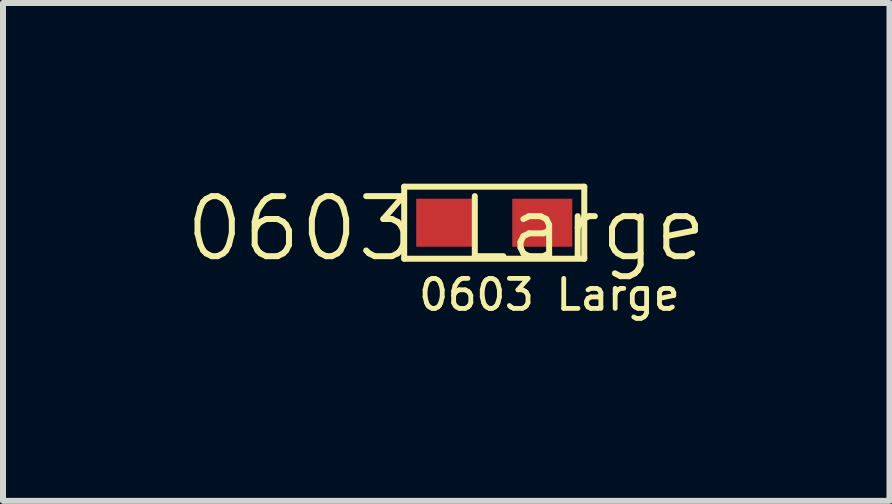
<source format=kicad_pcb>
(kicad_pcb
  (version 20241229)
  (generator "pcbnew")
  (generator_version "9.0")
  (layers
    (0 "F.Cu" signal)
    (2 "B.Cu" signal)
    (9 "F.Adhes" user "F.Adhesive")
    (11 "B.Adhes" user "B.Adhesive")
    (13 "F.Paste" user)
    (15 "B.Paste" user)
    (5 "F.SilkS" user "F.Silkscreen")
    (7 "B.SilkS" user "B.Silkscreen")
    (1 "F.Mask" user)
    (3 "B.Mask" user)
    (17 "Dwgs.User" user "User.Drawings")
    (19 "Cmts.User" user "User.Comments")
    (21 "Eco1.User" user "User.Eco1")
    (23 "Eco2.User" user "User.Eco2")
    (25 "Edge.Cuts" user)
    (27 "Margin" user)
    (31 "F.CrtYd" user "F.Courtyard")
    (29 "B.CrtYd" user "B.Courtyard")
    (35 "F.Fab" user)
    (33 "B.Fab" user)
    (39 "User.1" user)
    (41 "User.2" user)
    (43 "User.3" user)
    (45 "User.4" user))
  (footprint "0603 Large"
    (layer "F.Cu")
    (at 4.383 1.06)
    (property "Reference" "0603 Large" (at 0 -0.3 0) (unlocked yes) (layer "F.SilkS") (effects (font (size 1 1) (thickness 0.1))))
    (attr smd)
    (fp_line (start -0.7 -1) (end -0.7 0.2) (stroke (width 0.1) (type default)) (layer "F.SilkS"))
    (fp_line (start -0.7 0.2) (end 2.3 0.2) (stroke (width 0.1) (type default)) (layer "F.SilkS"))
    (fp_line (start 2.3 -1) (end -0.7 -1) (stroke (width 0.1) (type default)) (layer "F.SilkS"))
    (fp_line (start 2.3 0.2) (end 2.3 -1) (stroke (width 0.1) (type default)) (layer "F.SilkS"))
    (fp_text user "${REFERENCE}" (at -0.5 0.8 0) (unlocked yes) (layer "F.SilkS") (effects (font (size 0.5 0.5) (thickness 0.08)) (justify left)))
    (pad "1" smd rect (at 0 -0.4) (size 1 0.8) (layers "F.Cu" "F.Mask" "F.Paste"))
    (pad "2" smd rect (at 1.6 -0.4) (size 1 0.8) (layers "F.Cu" "F.Mask" "F.Paste")))
  (gr_rect
    (start -3 -3)
    (end 11.767 5.293)
    (stroke (width 0.1) (type default))
    (fill no)
    (layer "Edge.Cuts")))
</source>
